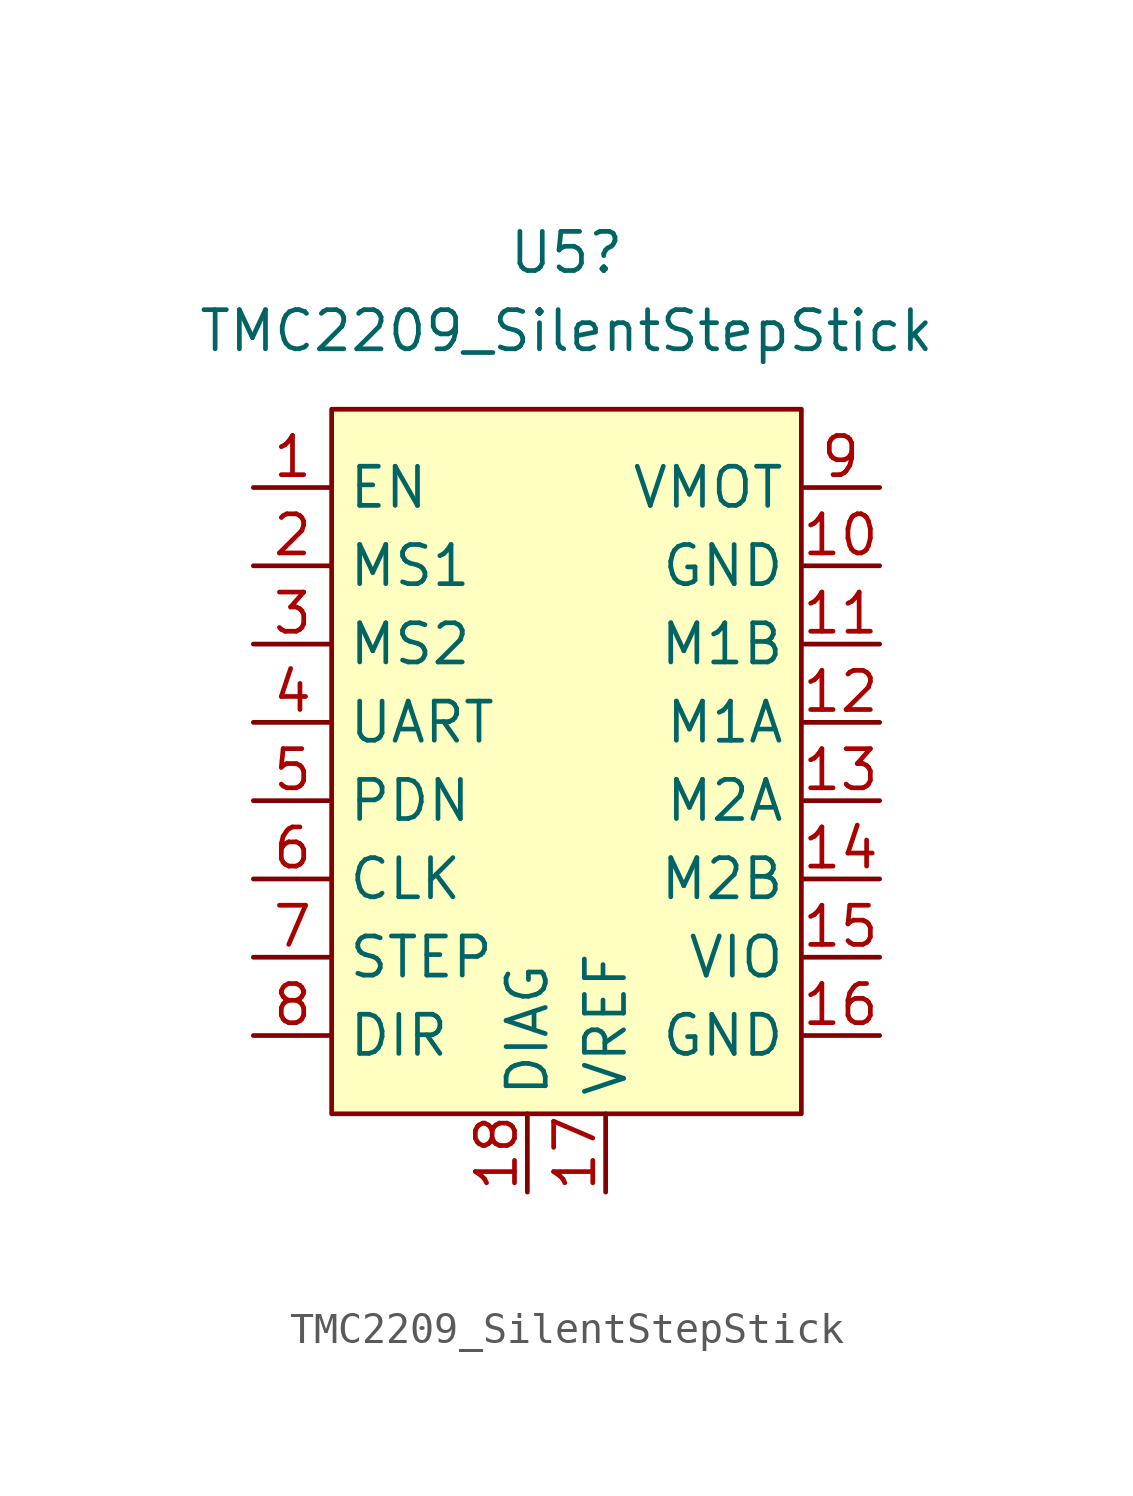
<source format=kicad_sym>
(kicad_symbol_lib
  (version 20220914)
  (generator kicad_symbol_editor)
  (symbol "TMC2209_SilentStepStick"
    (property "Reference" "U5"
      (at 0 15.24 0)
      (effects (font (size 1.27 1.27))))
    (property "Value" "TMC2209_SilentStepStick"
      (at 0 12.7 0)
      (effects (font (size 1.27 1.27))))
    (symbol "TMC2209_SilentStepStick_0_1"
      (rectangle (start -7.62 10.16) (end 7.62 -12.7) (stroke (width 0) (type default)) (fill (type background))))
    (symbol "TMC2209_SilentStepStick_1_1"
      (pin input line (at -10.16 7.62 0) (length 2.54) (name "EN" (effects (font (size 1.27 1.27)))) (number "1" (effects (font (size 1.27 1.27)))))
      (pin input line (at 10.16 5.08 180) (length 2.54) (name "GND" (effects (font (size 1.27 1.27)))) (number "10" (effects (font (size 1.27 1.27)))))
      (pin input line (at 10.16 2.54 180) (length 2.54) (name "M1B" (effects (font (size 1.27 1.27)))) (number "11" (effects (font (size 1.27 1.27)))))
      (pin input line (at 10.16 0 180) (length 2.54) (name "M1A" (effects (font (size 1.27 1.27)))) (number "12" (effects (font (size 1.27 1.27)))))
      (pin input line (at 10.16 -2.54 180) (length 2.54) (name "M2A" (effects (font (size 1.27 1.27)))) (number "13" (effects (font (size 1.27 1.27)))))
      (pin input line (at 10.16 -5.08 180) (length 2.54) (name "M2B" (effects (font (size 1.27 1.27)))) (number "14" (effects (font (size 1.27 1.27)))))
      (pin input line (at 10.16 -7.62 180) (length 2.54) (name "VIO" (effects (font (size 1.27 1.27)))) (number "15" (effects (font (size 1.27 1.27)))))
      (pin input line (at 10.16 -10.16 180) (length 2.54) (name "GND" (effects (font (size 1.27 1.27)))) (number "16" (effects (font (size 1.27 1.27)))))
      (pin bidirectional line (at 1.27 -15.24 90) (length 2.54) (name "VREF" (effects (font (size 1.27 1.27)))) (number "17" (effects (font (size 1.27 1.27)))))
      (pin input line (at -1.27 -15.24 90) (length 2.54) (name "DIAG" (effects (font (size 1.27 1.27)))) (number "18" (effects (font (size 1.27 1.27)))))
      (pin input line (at -10.16 5.08 0) (length 2.54) (name "MS1" (effects (font (size 1.27 1.27)))) (number "2" (effects (font (size 1.27 1.27)))))
      (pin input line (at -10.16 2.54 0) (length 2.54) (name "MS2" (effects (font (size 1.27 1.27)))) (number "3" (effects (font (size 1.27 1.27)))))
      (pin input line (at -10.16 0 0) (length 2.54) (name "UART" (effects (font (size 1.27 1.27)))) (number "4" (effects (font (size 1.27 1.27)))))
      (pin input line (at -10.16 -2.54 0) (length 2.54) (name "PDN" (effects (font (size 1.27 1.27)))) (number "5" (effects (font (size 1.27 1.27)))))
      (pin input line (at -10.16 -5.08 0) (length 2.54) (name "CLK" (effects (font (size 1.27 1.27)))) (number "6" (effects (font (size 1.27 1.27)))))
      (pin input line (at -10.16 -7.62 0) (length 2.54) (name "STEP" (effects (font (size 1.27 1.27)))) (number "7" (effects (font (size 1.27 1.27)))))
      (pin input line (at -10.16 -10.16 0) (length 2.54) (name "DIR" (effects (font (size 1.27 1.27)))) (number "8" (effects (font (size 1.27 1.27)))))
      (pin input line (at 10.16 7.62 180) (length 2.54) (name "VMOT" (effects (font (size 1.27 1.27)))) (number "9" (effects (font (size 1.27 1.27))))))))
</source>
